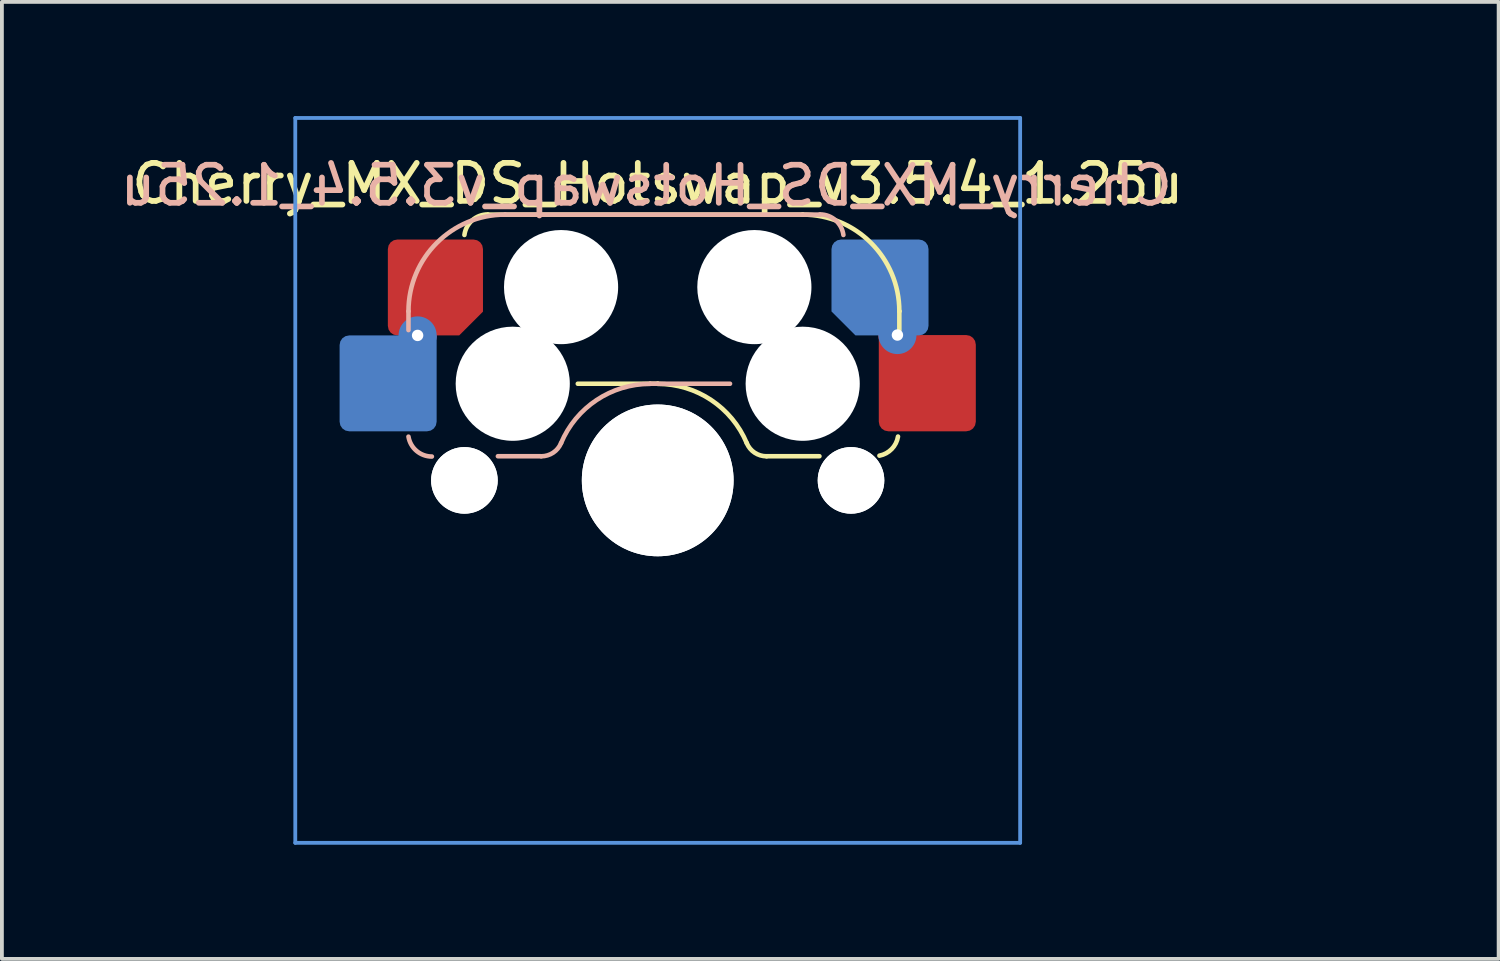
<source format=kicad_pcb>
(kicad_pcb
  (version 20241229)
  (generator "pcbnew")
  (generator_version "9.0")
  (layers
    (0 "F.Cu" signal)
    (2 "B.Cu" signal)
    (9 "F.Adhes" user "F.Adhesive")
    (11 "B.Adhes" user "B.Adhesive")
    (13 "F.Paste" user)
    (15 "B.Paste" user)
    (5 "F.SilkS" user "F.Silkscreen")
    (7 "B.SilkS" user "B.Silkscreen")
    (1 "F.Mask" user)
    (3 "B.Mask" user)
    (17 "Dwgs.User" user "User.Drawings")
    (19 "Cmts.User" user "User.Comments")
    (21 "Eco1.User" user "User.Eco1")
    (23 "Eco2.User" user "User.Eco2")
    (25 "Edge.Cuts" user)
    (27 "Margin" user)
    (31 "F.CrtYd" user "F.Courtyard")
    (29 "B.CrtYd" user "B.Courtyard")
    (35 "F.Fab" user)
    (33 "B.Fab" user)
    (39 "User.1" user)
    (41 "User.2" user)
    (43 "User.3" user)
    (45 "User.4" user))
  (footprint "Cherry_MX_DS_Hotswap_v3.5.4_1.25u"
    (layer "F.Cu")
    (at 14.235 9.575)
    (property "Reference" "Cherry_MX_DS_Hotswap_v3.5.4_1.25u" (at -0.3 -7.75 0) (layer "B.SilkS") (effects (font (size 1 1) (thickness 0.15)) (justify mirror)))
    (attr through_hole)
    (fp_line (start -4.46 -6.985) (end 3.81 -6.985) (stroke (width 0.12) (type solid)) (layer "F.SilkS"))
    (fp_line (start 0 -2.54) (end -2.1 -2.54) (stroke (width 0.12) (type solid)) (layer "F.SilkS"))
    (fp_line (start 0 -2.54) (end 0 -2.54) (stroke (width 0.12) (type solid)) (layer "F.SilkS"))
    (fp_line (start 2.86 -0.635) (end 4.25 -0.635) (stroke (width 0.12) (type solid)) (layer "F.SilkS"))
    (fp_line (start 3.81 -6.985) (end 3.81 -6.985) (stroke (width 0.12) (type solid)) (layer "F.SilkS"))
    (fp_line (start 6.35 -4.445) (end 6.35 -4.445) (stroke (width 0.12) (type solid)) (layer "F.SilkS"))
    (fp_line (start 6.35 -3.95) (end 6.35 -4.445) (stroke (width 0.12) (type solid)) (layer "F.SilkS"))
    (fp_arc (start -5.08 -6.45) (mid -4.874274 -6.835961) (end -4.465 -6.990181) (stroke (width 0.12) (type default)) (layer "F.SilkS"))
    (fp_arc (start 0 -2.536928) (mid 1.405313 -2.11213) (end 2.34 -0.98) (stroke (width 0.12) (type solid)) (layer "F.SilkS"))
    (fp_arc (start 2.859999 -0.633863) (mid 2.547381 -0.727883) (end 2.34 -0.98) (stroke (width 0.12) (type default)) (layer "F.SilkS"))
    (fp_arc (start 3.81 -6.985) (mid 5.606051 -6.241051) (end 6.35 -4.445) (stroke (width 0.12) (type solid)) (layer "F.SilkS"))
    (fp_arc (start 6.315019 -1.151955) (mid 6.15 -0.824123) (end 5.82691 -0.65) (stroke (width 0.12) (type default)) (layer "F.SilkS"))
    (fp_line (start -6.55 -3.95) (end -6.55 -4.445) (stroke (width 0.12) (type solid)) (layer "B.SilkS"))
    (fp_line (start -4.2 -0.635) (end -3.06 -0.635) (stroke (width 0.12) (type solid)) (layer "B.SilkS"))
    (fp_line (start -4.01 -6.985) (end -4.01 -6.985) (stroke (width 0.12) (type solid)) (layer "B.SilkS"))
    (fp_line (start -4.01 -6.985) (end 4.26 -6.985) (stroke (width 0.12) (type solid)) (layer "B.SilkS"))
    (fp_line (start -0.2 -2.54) (end -0.2 -2.54) (stroke (width 0.12) (type solid)) (layer "B.SilkS"))
    (fp_line (start 1.9 -2.54) (end -0.2 -2.54) (stroke (width 0.12) (type solid)) (layer "B.SilkS"))
    (fp_arc (start -6.550003 -4.445004) (mid -5.806053 -6.241054) (end -4.010003 -6.985004) (stroke (width 0.12) (type solid)) (layer "B.SilkS"))
    (fp_arc (start -5.935132 -0.626921) (mid -6.338801 -0.775393) (end -6.550132 -1.150004) (stroke (width 0.12) (type default)) (layer "B.SilkS"))
    (fp_arc (start -2.540003 -0.980004) (mid -2.747386 -0.727895) (end -3.060002 -0.633867) (stroke (width 0.12) (type default)) (layer "B.SilkS"))
    (fp_arc (start -2.540003 -0.980004) (mid -1.605316 -2.112134) (end -0.200003 -2.536932) (stroke (width 0.12) (type solid)) (layer "B.SilkS"))
    (fp_arc (start 4.264997 -6.990185) (mid 4.674271 -6.835965) (end 4.879997 -6.450004) (stroke (width 0.12) (type default)) (layer "B.SilkS"))
    (fp_line (start -9.525 -9.525) (end -9.525 9.525) (stroke (width 0.1) (type solid)) (layer "Cmts.User"))
    (fp_line (start 9.525 -9.525) (end -9.525 -9.525) (stroke (width 0.1) (type solid)) (layer "Cmts.User"))
    (fp_line (start 9.525 -9.525) (end 9.525 9.525) (stroke (width 0.1) (type solid)) (layer "Cmts.User"))
    (fp_line (start 9.525 9.525) (end -9.525 9.525) (stroke (width 0.1) (type solid)) (layer "Cmts.User"))
    (fp_rect (start -9.525 -9.525) (end 9.525 9.525) (stroke (width 0.1) (type default)) (fill no) (layer "User.2"))
    (fp_rect (start -9.525 -9.525) (end 19.05 9.525) (stroke (width 0.1) (type solid)) (fill no) (layer "User.2"))
    (fp_rect (start -9.525 9.525) (end 14.287 -9.525) (stroke (width 0.1) (type default)) (fill no) (layer "User.2"))
    (fp_rect (start -4.619 7) (end 9.381 -7) (stroke (width 0.1) (type default)) (fill no) (layer "User.3"))
    (fp_rect (start -2.237 7) (end 12 -7) (stroke (width 0.1) (type default)) (fill no) (layer "User.3"))
    (fp_rect (start -2.15 -7.5) (end 2.15 -6.5) (stroke (width 0.1) (type default)) (fill no) (layer "User.3"))
    (fp_rect (start -2.15 6.5) (end 2.15 7.5) (stroke (width 0.1) (type default)) (fill no) (layer "User.3"))
    (fp_rect (start 7 -7) (end -7 7) (stroke (width 0.1) (type default)) (fill no) (layer "User.3"))
    (fp_rect (start 7 -7) (end -7 7) (stroke (width 0.12) (type default)) (fill no) (layer "User.4"))
    (fp_text user "${REFERENCE}" (at 0 -7.8 0) (layer "F.SilkS") (effects (font (size 1 1) (thickness 0.15))))
    (pad "" np_thru_hole circle (at -5.08 0) (size 1.75 1.75) (drill 1.75) (layers "*.Cu" "*.Mask"))
    (pad "" np_thru_hole circle (at -5.08 0) (size 1.75 1.75) (drill 1.75) (layers "*.Cu" "*.Mask"))
    (pad "" np_thru_hole circle (at -3.81 -2.54) (size 3 3) (drill 3) (layers "*.Cu" "*.Mask"))
    (pad "" np_thru_hole circle (at -2.54 -5.08) (size 3 3) (drill 3) (layers "*.Cu" "*.Mask"))
    (pad "" np_thru_hole circle (at 0 0) (size 3.988 3.988) (drill 3.988) (layers "*.Cu" "*.Mask"))
    (pad "" np_thru_hole circle (at 0 0) (size 3.988 3.988) (drill 3.988) (layers "*.Cu" "*.Mask"))
    (pad "" np_thru_hole circle (at 2.54 -5.08) (size 3 3) (drill 3) (layers "*.Cu" "*.Mask"))
    (pad "" np_thru_hole circle (at 3.81 -2.54) (size 3 3) (drill 3) (layers "*.Cu" "*.Mask"))
    (pad "" np_thru_hole circle (at 5.08 0) (size 1.75 1.75) (drill 1.75) (layers "*.Cu" "*.Mask"))
    (pad "" np_thru_hole circle (at 5.08 0) (size 1.75 1.75) (drill 1.75) (layers "*.Cu" "*.Mask"))
    (pad "1" smd roundrect (at -7.085 -2.55) (size 2.55 2.52) (layers "B.Cu" "B.Mask" "B.Paste") (roundrect_rratio 0.1) (chamfer_ratio 0) (chamfer top_right))
    (pad "1" thru_hole circle (at -6.31 -3.81) (size 1 1) (drill 0.3) (layers "*.Cu"))
    (pad "1" smd roundrect (at -5.842 -5.07) (size 2.5 2.52) (layers "F.Cu" "F.Mask" "F.Paste") (roundrect_rratio 0.1) (chamfer_ratio 0.25) (chamfer bottom_right))
    (pad "2" smd roundrect (at 5.842 -5.07) (size 2.55 2.52) (layers "B.Cu" "B.Mask" "B.Paste") (roundrect_rratio 0.1) (chamfer_ratio 0.25) (chamfer bottom_left))
    (pad "2" thru_hole circle (at 6.3 -3.82) (size 1 1) (drill 0.3) (layers "*.Cu"))
    (pad "2" smd roundrect (at 7.085 -2.555) (size 2.55 2.53) (layers "F.Cu" "F.Mask" "F.Paste") (roundrect_rratio 0.1) (chamfer_ratio 0) (chamfer top_left)))
  (gr_rect
    (start -3 -3)
    (end 36.335 22.15)
    (stroke (width 0.1) (type default))
    (fill no)
    (layer "Edge.Cuts")))
</source>
